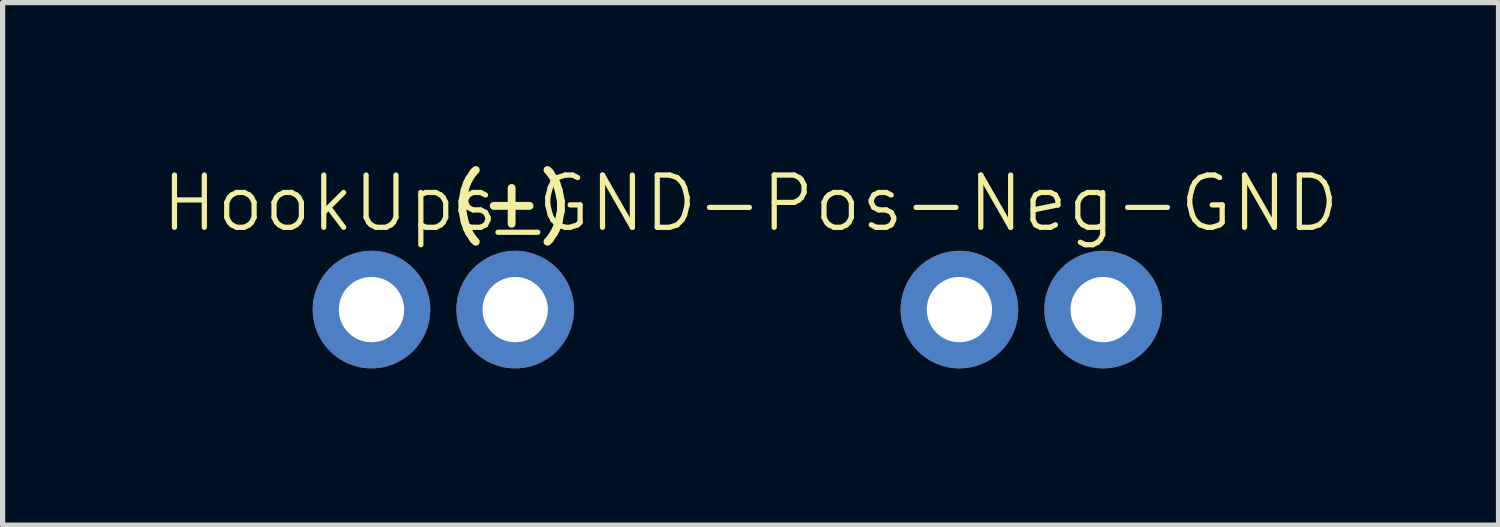
<source format=kicad_pcb>
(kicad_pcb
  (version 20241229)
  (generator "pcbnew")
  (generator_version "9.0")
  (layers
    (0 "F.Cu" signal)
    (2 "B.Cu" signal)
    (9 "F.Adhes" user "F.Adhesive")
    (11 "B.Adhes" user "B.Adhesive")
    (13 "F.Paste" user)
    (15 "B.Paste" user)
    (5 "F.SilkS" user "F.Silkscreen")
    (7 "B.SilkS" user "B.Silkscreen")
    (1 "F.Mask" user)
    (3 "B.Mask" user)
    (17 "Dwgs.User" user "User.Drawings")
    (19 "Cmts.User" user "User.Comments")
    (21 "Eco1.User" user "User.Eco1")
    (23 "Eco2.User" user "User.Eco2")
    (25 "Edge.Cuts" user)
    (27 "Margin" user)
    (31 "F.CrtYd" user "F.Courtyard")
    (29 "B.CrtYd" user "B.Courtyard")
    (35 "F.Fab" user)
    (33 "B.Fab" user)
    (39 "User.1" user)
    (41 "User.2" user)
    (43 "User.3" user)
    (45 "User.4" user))
  (footprint "HookUps_GND-Pos-Neg-GND"
    (layer "F.Cu")
    (at 11.058 2.874)
    (property "Reference" "HookUps_GND-Pos-Neg-GND" (at 0.254 -2.032 0) (unlocked yes) (layer "F.SilkS") (effects (font (size 1 1) (thickness 0.1))))
    (attr through_hole)
    (fp_text user "(+)" (at -4.318 -1.524 0) (unlocked yes) (layer "F.SilkS") (effects (font (size 0.9 0.9) (thickness 0.15)) (justify bottom)))
    (pad "1" thru_hole circle (at -7 0) (size 2.25 2.25) (drill 1.25) (layers "*.Cu" "*.Mask"))
    (pad "2" thru_hole circle (at -4.25 0) (size 2.25 2.25) (drill 1.25) (layers "*.Cu" "*.Mask"))
    (pad "3" thru_hole circle (at 4.25 0) (size 2.25 2.25) (drill 1.25) (layers "*.Cu" "*.Mask"))
    (pad "4" thru_hole circle (at 7 0) (size 2.25 2.25) (drill 1.25) (layers "*.Cu" "*.Mask")))
  (gr_rect
    (start -3 -3)
    (end 25.624 6.999)
    (stroke (width 0.1) (type default))
    (fill no)
    (layer "Edge.Cuts")))
</source>
